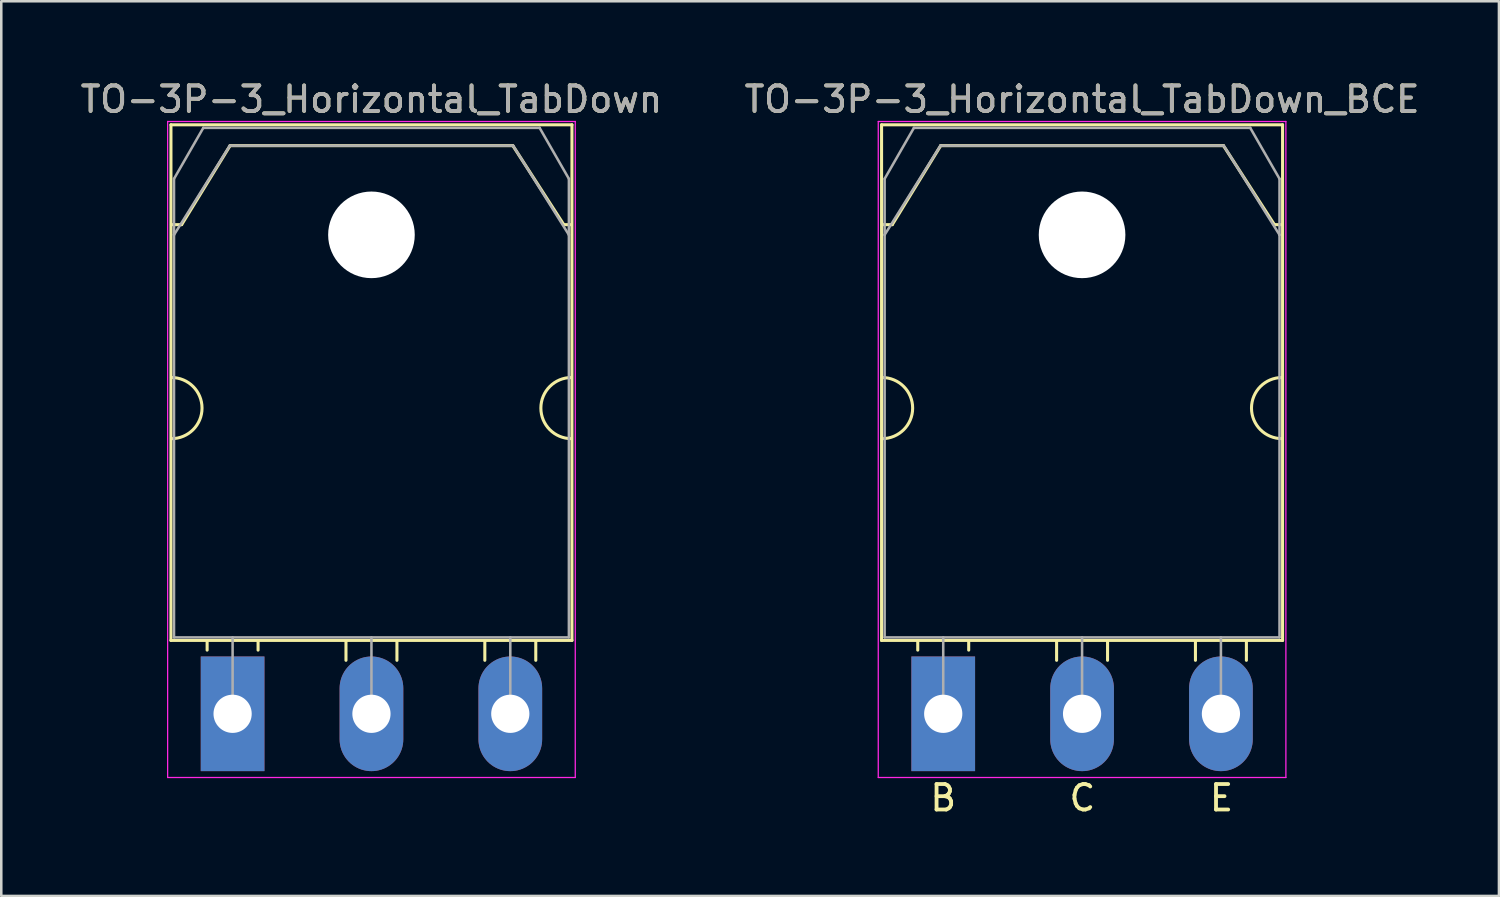
<source format=kicad_pcb>
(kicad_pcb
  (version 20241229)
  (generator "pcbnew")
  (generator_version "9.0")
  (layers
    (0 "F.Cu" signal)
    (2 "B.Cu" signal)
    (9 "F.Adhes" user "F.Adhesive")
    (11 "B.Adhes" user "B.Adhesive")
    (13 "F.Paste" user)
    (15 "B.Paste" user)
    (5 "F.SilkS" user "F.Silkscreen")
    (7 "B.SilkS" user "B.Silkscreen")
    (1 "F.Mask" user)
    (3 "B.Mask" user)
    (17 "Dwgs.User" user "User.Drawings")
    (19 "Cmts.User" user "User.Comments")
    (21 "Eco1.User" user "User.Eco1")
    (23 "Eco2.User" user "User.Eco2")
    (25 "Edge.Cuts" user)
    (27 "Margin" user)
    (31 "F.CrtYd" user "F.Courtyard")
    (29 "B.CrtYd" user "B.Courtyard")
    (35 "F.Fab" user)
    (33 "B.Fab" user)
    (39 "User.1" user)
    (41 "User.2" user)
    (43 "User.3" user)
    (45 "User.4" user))
  (footprint "TO-3P-3_Horizontal_TabDown"
    (layer "F.Cu")
    (at 6.08 24.968)
    (property "Reference" "TO-3P-3_Horizontal_TabDown" (at 5.45 -24.12 0) (layer "F.SilkS") (effects (font (size 1 1) (thickness 0.15))))
    (attr through_hole)
    (fp_line (start -2.42 -23.12) (end -2.42 -2.88) (stroke (width 0.12) (type solid)) (layer "F.SilkS"))
    (fp_line (start -2.42 -23.12) (end 13.32 -23.12) (stroke (width 0.12) (type solid)) (layer "F.SilkS"))
    (fp_line (start -2.42 -2.88) (end 13.32 -2.88) (stroke (width 0.12) (type solid)) (layer "F.SilkS"))
    (fp_line (start -2 -19.2) (end -2.4 -19.2) (stroke (width 0.12) (type solid)) (layer "F.SilkS"))
    (fp_line (start -2 -19.2) (end -0.1 -22.3) (stroke (width 0.12) (type solid)) (layer "F.SilkS"))
    (fp_line (start -1 -2.85) (end -1 -2.5) (stroke (width 0.12) (type solid)) (layer "F.SilkS"))
    (fp_line (start -0.1 -22.3) (end 11 -22.3) (stroke (width 0.12) (type solid)) (layer "F.SilkS"))
    (fp_line (start 1 -2.85) (end 1 -2.5) (stroke (width 0.12) (type solid)) (layer "F.SilkS"))
    (fp_line (start 4.45 -2.85) (end 4.45 -2.1) (stroke (width 0.12) (type solid)) (layer "F.SilkS"))
    (fp_line (start 6.45 -2.85) (end 6.45 -2.1) (stroke (width 0.12) (type solid)) (layer "F.SilkS"))
    (fp_line (start 9.9 -2.85) (end 9.9 -2.1) (stroke (width 0.12) (type solid)) (layer "F.SilkS"))
    (fp_line (start 11 -22.3) (end 13 -19.2) (stroke (width 0.12) (type solid)) (layer "F.SilkS"))
    (fp_line (start 11.9 -2.85) (end 11.9 -2.1) (stroke (width 0.12) (type solid)) (layer "F.SilkS"))
    (fp_line (start 13 -19.2) (end 13.3 -19.2) (stroke (width 0.12) (type solid)) (layer "F.SilkS"))
    (fp_line (start 13.32 -23.12) (end 13.32 -2.88) (stroke (width 0.12) (type solid)) (layer "F.SilkS"))
    (fp_arc (start -2.4 -13.2) (mid -1.2 -12) (end -2.4 -10.8) (stroke (width 0.12) (type solid)) (layer "F.SilkS"))
    (fp_arc (start 13.3 -10.8) (mid 12.1 -12) (end 13.3 -13.2) (stroke (width 0.12) (type solid)) (layer "F.SilkS"))
    (fp_line (start -2.55 -23.25) (end -2.55 2.5) (stroke (width 0.05) (type solid)) (layer "F.CrtYd"))
    (fp_line (start -2.55 2.5) (end 13.45 2.5) (stroke (width 0.05) (type solid)) (layer "F.CrtYd"))
    (fp_line (start 13.45 -23.25) (end -2.55 -23.25) (stroke (width 0.05) (type solid)) (layer "F.CrtYd"))
    (fp_line (start 13.45 2.5) (end 13.45 -23.25) (stroke (width 0.05) (type solid)) (layer "F.CrtYd"))
    (fp_line (start -2.3 -21) (end -1.15 -23) (stroke (width 0.1) (type solid)) (layer "F.Fab"))
    (fp_line (start -2.3 -18.8) (end -2.3 -21) (stroke (width 0.1) (type solid)) (layer "F.Fab"))
    (fp_line (start -2.3 -18.8) (end -0.11 -22.3) (stroke (width 0.1) (type solid)) (layer "F.Fab"))
    (fp_line (start -2.3 -3) (end -2.3 -18.8) (stroke (width 0.1) (type solid)) (layer "F.Fab"))
    (fp_line (start -1.15 -23) (end 12.05 -23) (stroke (width 0.1) (type solid)) (layer "F.Fab"))
    (fp_line (start -0.11 -22.3) (end 11.01 -22.3) (stroke (width 0.1) (type solid)) (layer "F.Fab"))
    (fp_line (start 0 -3) (end 0 0) (stroke (width 0.1) (type solid)) (layer "F.Fab"))
    (fp_line (start 5.45 -3) (end 5.45 0) (stroke (width 0.1) (type solid)) (layer "F.Fab"))
    (fp_line (start 10.9 -3) (end 10.9 0) (stroke (width 0.1) (type solid)) (layer "F.Fab"))
    (fp_line (start 11.01 -22.3) (end 13.2 -18.8) (stroke (width 0.1) (type solid)) (layer "F.Fab"))
    (fp_line (start 12.05 -23) (end 13.2 -21) (stroke (width 0.1) (type solid)) (layer "F.Fab"))
    (fp_line (start 13.2 -21) (end 13.2 -18.8) (stroke (width 0.1) (type solid)) (layer "F.Fab"))
    (fp_line (start 13.2 -18.8) (end 13.2 -3) (stroke (width 0.1) (type solid)) (layer "F.Fab"))
    (fp_line (start 13.2 -3) (end -2.3 -3) (stroke (width 0.1) (type solid)) (layer "F.Fab"))
    (fp_circle (center 5.45 -18.8) (end 7.05 -18.8) (stroke (width 0.1) (type solid)) (fill no) (layer "F.Fab"))
    (fp_text user "${REFERENCE}" (at 5.45 -24.12 0) (layer "F.Fab") (effects (font (size 1 1) (thickness 0.15))))
    (pad "" np_thru_hole oval (at 5.45 -18.8) (size 3.4 3.4) (drill 3.4) (layers "*.Cu" "*.Mask"))
    (pad "1" thru_hole rect (at 0 0) (size 2.5 4.5) (drill 1.5) (layers "*.Cu" "*.Mask"))
    (pad "2" thru_hole oval (at 5.45 0) (size 2.5 4.5) (drill 1.5) (layers "*.Cu" "*.Mask"))
    (pad "3" thru_hole oval (at 10.9 0) (size 2.5 4.5) (drill 1.5) (layers "*.Cu" "*.Mask")))
  (footprint "TO-3P-3_Horizontal_TabDown_BCE"
    (layer "F.Cu")
    (at 33.973 24.968)
    (property "Reference" "TO-3P-3_Horizontal_TabDown_BCE" (at 5.45 -24.12 0) (layer "F.SilkS") (effects (font (size 1 1) (thickness 0.15))))
    (attr through_hole)
    (fp_line (start -2.42 -23.12) (end -2.42 -2.88) (stroke (width 0.12) (type solid)) (layer "F.SilkS"))
    (fp_line (start -2.42 -23.12) (end 13.32 -23.12) (stroke (width 0.12) (type solid)) (layer "F.SilkS"))
    (fp_line (start -2.42 -2.88) (end 13.32 -2.88) (stroke (width 0.12) (type solid)) (layer "F.SilkS"))
    (fp_line (start -2 -19.2) (end -2.4 -19.2) (stroke (width 0.12) (type solid)) (layer "F.SilkS"))
    (fp_line (start -2 -19.2) (end -0.1 -22.3) (stroke (width 0.12) (type solid)) (layer "F.SilkS"))
    (fp_line (start -1 -2.85) (end -1 -2.5) (stroke (width 0.12) (type solid)) (layer "F.SilkS"))
    (fp_line (start -0.1 -22.3) (end 11 -22.3) (stroke (width 0.12) (type solid)) (layer "F.SilkS"))
    (fp_line (start 1 -2.85) (end 1 -2.5) (stroke (width 0.12) (type solid)) (layer "F.SilkS"))
    (fp_line (start 4.45 -2.85) (end 4.45 -2.1) (stroke (width 0.12) (type solid)) (layer "F.SilkS"))
    (fp_line (start 6.45 -2.85) (end 6.45 -2.1) (stroke (width 0.12) (type solid)) (layer "F.SilkS"))
    (fp_line (start 9.9 -2.85) (end 9.9 -2.1) (stroke (width 0.12) (type solid)) (layer "F.SilkS"))
    (fp_line (start 11 -22.3) (end 13 -19.2) (stroke (width 0.12) (type solid)) (layer "F.SilkS"))
    (fp_line (start 11.9 -2.85) (end 11.9 -2.1) (stroke (width 0.12) (type solid)) (layer "F.SilkS"))
    (fp_line (start 13 -19.2) (end 13.3 -19.2) (stroke (width 0.12) (type solid)) (layer "F.SilkS"))
    (fp_line (start 13.32 -23.12) (end 13.32 -2.88) (stroke (width 0.12) (type solid)) (layer "F.SilkS"))
    (fp_arc (start -2.4 -13.2) (mid -1.2 -12) (end -2.4 -10.8) (stroke (width 0.12) (type solid)) (layer "F.SilkS"))
    (fp_arc (start 13.3 -10.8) (mid 12.1 -12) (end 13.3 -13.2) (stroke (width 0.12) (type solid)) (layer "F.SilkS"))
    (fp_line (start -2.55 -23.25) (end -2.55 2.5) (stroke (width 0.05) (type solid)) (layer "F.CrtYd"))
    (fp_line (start -2.55 2.5) (end 13.45 2.5) (stroke (width 0.05) (type solid)) (layer "F.CrtYd"))
    (fp_line (start 13.45 -23.25) (end -2.55 -23.25) (stroke (width 0.05) (type solid)) (layer "F.CrtYd"))
    (fp_line (start 13.45 2.5) (end 13.45 -23.25) (stroke (width 0.05) (type solid)) (layer "F.CrtYd"))
    (fp_line (start -2.3 -21) (end -1.15 -23) (stroke (width 0.1) (type solid)) (layer "F.Fab"))
    (fp_line (start -2.3 -18.8) (end -2.3 -21) (stroke (width 0.1) (type solid)) (layer "F.Fab"))
    (fp_line (start -2.3 -18.8) (end -0.11 -22.3) (stroke (width 0.1) (type solid)) (layer "F.Fab"))
    (fp_line (start -2.3 -3) (end -2.3 -18.8) (stroke (width 0.1) (type solid)) (layer "F.Fab"))
    (fp_line (start -1.15 -23) (end 12.05 -23) (stroke (width 0.1) (type solid)) (layer "F.Fab"))
    (fp_line (start -0.11 -22.3) (end 11.01 -22.3) (stroke (width 0.1) (type solid)) (layer "F.Fab"))
    (fp_line (start 0 -3) (end 0 0) (stroke (width 0.1) (type solid)) (layer "F.Fab"))
    (fp_line (start 5.45 -3) (end 5.45 0) (stroke (width 0.1) (type solid)) (layer "F.Fab"))
    (fp_line (start 10.9 -3) (end 10.9 0) (stroke (width 0.1) (type solid)) (layer "F.Fab"))
    (fp_line (start 11.01 -22.3) (end 13.2 -18.8) (stroke (width 0.1) (type solid)) (layer "F.Fab"))
    (fp_line (start 12.05 -23) (end 13.2 -21) (stroke (width 0.1) (type solid)) (layer "F.Fab"))
    (fp_line (start 13.2 -21) (end 13.2 -18.8) (stroke (width 0.1) (type solid)) (layer "F.Fab"))
    (fp_line (start 13.2 -18.8) (end 13.2 -3) (stroke (width 0.1) (type solid)) (layer "F.Fab"))
    (fp_line (start 13.2 -3) (end -2.3 -3) (stroke (width 0.1) (type solid)) (layer "F.Fab"))
    (fp_circle (center 5.45 -18.8) (end 7.05 -18.8) (stroke (width 0.1) (type solid)) (fill no) (layer "F.Fab"))
    (fp_text user "B" (at 0 3.302 0) (layer "F.SilkS") (effects (font (size 1 1) (thickness 0.15))))
    (fp_text user "E" (at 10.922 3.302 0) (layer "F.SilkS") (effects (font (size 1 1) (thickness 0.15))))
    (fp_text user "C" (at 5.461 3.302 0) (layer "F.SilkS") (effects (font (size 1 1) (thickness 0.15))))
    (fp_text user "${REFERENCE}" (at 5.45 -24.12 0) (layer "F.Fab") (effects (font (size 1 1) (thickness 0.15))))
    (pad "" np_thru_hole oval (at 5.45 -18.8) (size 3.4 3.4) (drill 3.4) (layers "*.Cu" "*.Mask"))
    (pad "1" thru_hole rect (at 0 0) (size 2.5 4.5) (drill 1.5) (layers "*.Cu" "*.Mask"))
    (pad "2" thru_hole oval (at 5.45 0) (size 2.5 4.5) (drill 1.5) (layers "*.Cu" "*.Mask"))
    (pad "3" thru_hole oval (at 10.9 0) (size 2.5 4.5) (drill 1.5) (layers "*.Cu" "*.Mask")))
  (gr_rect
    (start -3 -3)
    (end 55.786 32.118)
    (stroke (width 0.1) (type default))
    (fill no)
    (layer "Edge.Cuts")))
</source>
